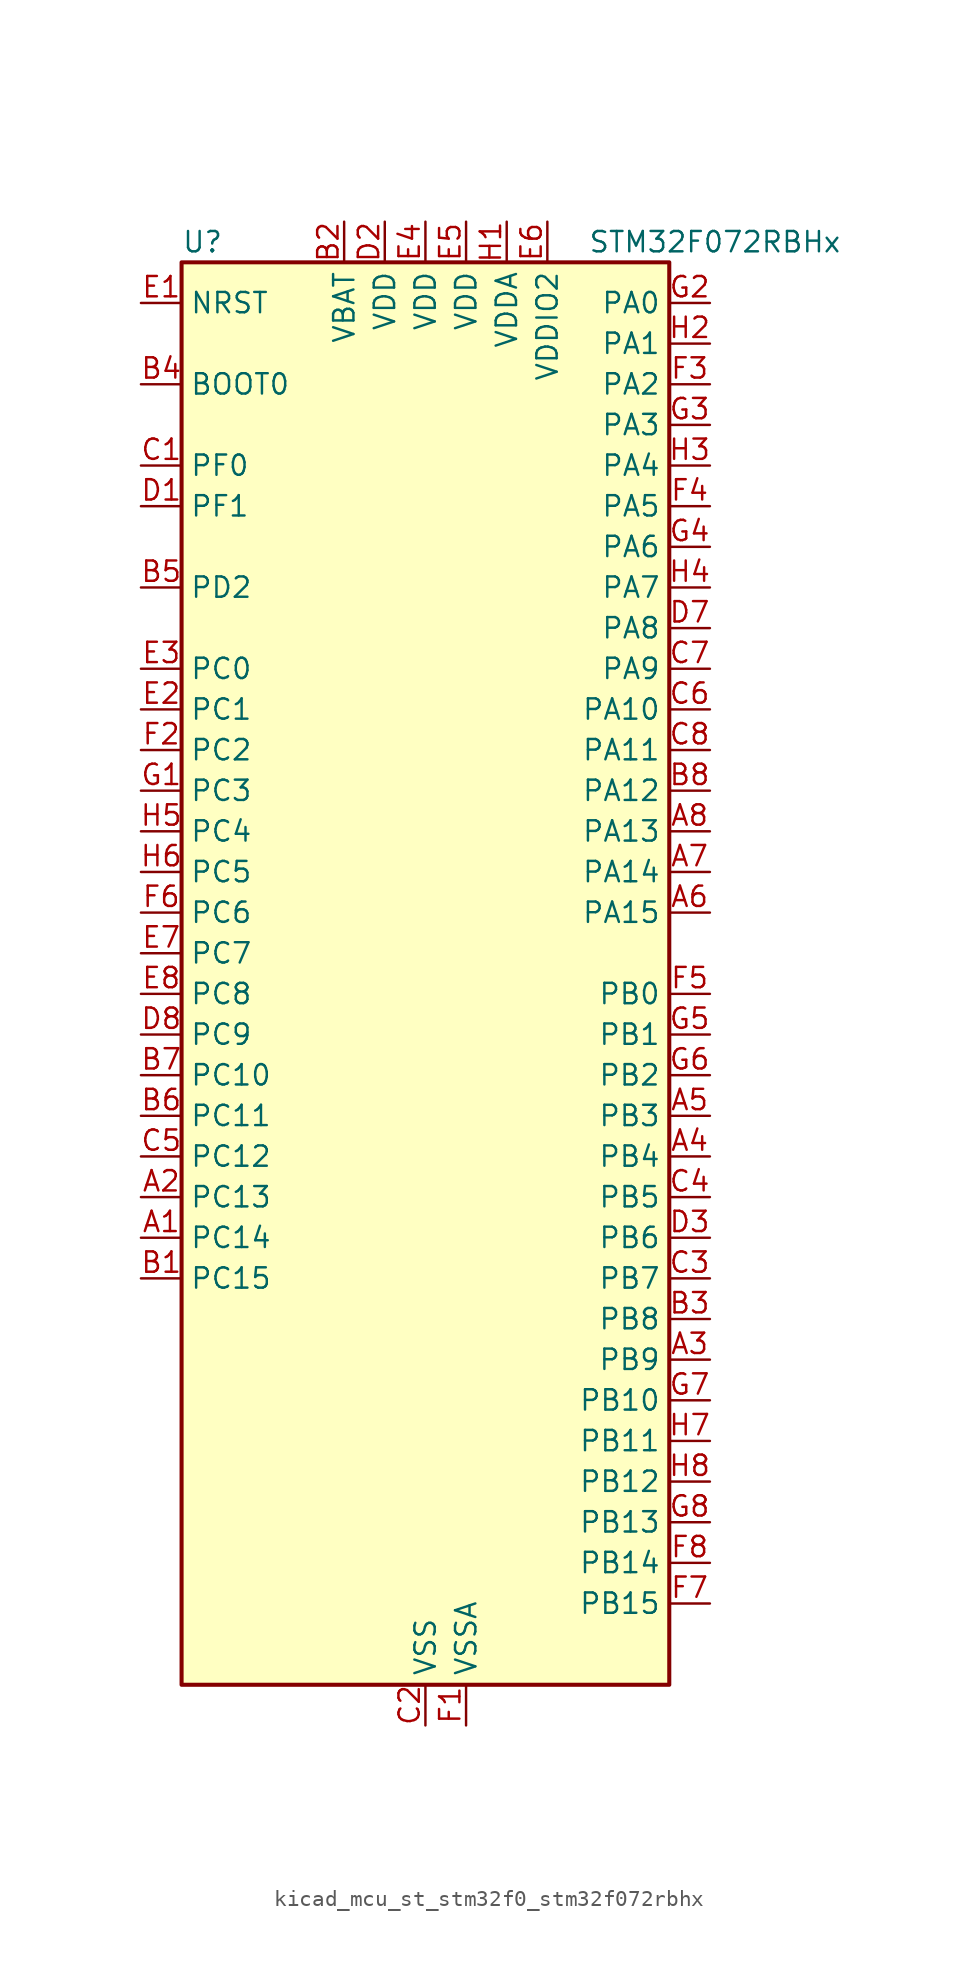
<source format=kicad_sym>
(kicad_symbol_lib
  (version 20220914)
  (generator kicad_symbol_editor)
  (symbol "kicad_mcu_st_stm32f0_stm32f072rbhx"
    (property "Reference" "U"
      (at -15.24 46.99 0)
      (effects (font (size 1.27 1.27)) (justify left)))
    (property "Value" "STM32F072RBHx"
      (at 10.16 46.99 0)
      (effects (font (size 1.27 1.27)) (justify left)))
    (property "ki_locked" ""
      (at 0 0 0)
      (effects (font (size 1.27 1.27))))
    (symbol "kicad_mcu_st_stm32f0_stm32f072rbhx_0_1"
      (rectangle (start -15.24 -43.18) (end 15.24 45.72) (stroke (width 0.254) (type default)) (fill (type background))))
    (symbol "kicad_mcu_st_stm32f0_stm32f072rbhx_1_1"
      (pin bidirectional line (at -17.78 -15.24 0) (length 2.54) (name "PC14" (effects (font (size 1.27 1.27)))) (number "A1" (effects (font (size 1.27 1.27)))) (alternate "RCC_OSC32_IN" bidirectional line))
      (pin bidirectional line (at -17.78 -12.7 0) (length 2.54) (name "PC13" (effects (font (size 1.27 1.27)))) (number "A2" (effects (font (size 1.27 1.27)))) (alternate "RTC_OUT_ALARM" bidirectional line) (alternate "RTC_OUT_CALIB" bidirectional line) (alternate "RTC_TAMP1" bidirectional line) (alternate "RTC_TS" bidirectional line) (alternate "SYS_WKUP2" bidirectional line))
      (pin bidirectional line (at 17.78 -22.86 180) (length 2.54) (name "PB9" (effects (font (size 1.27 1.27)))) (number "A3" (effects (font (size 1.27 1.27)))) (alternate "CAN_TX" bidirectional line) (alternate "DAC_EXTI9" bidirectional line) (alternate "I2C1_SDA" bidirectional line) (alternate "I2S2_WS" bidirectional line) (alternate "IR_OUT" bidirectional line) (alternate "SPI2_NSS" bidirectional line) (alternate "TIM17_CH1" bidirectional line))
      (pin bidirectional line (at 17.78 -10.16 180) (length 2.54) (name "PB4" (effects (font (size 1.27 1.27)))) (number "A4" (effects (font (size 1.27 1.27)))) (alternate "I2S1_MCK" bidirectional line) (alternate "SPI1_MISO" bidirectional line) (alternate "TIM17_BKIN" bidirectional line) (alternate "TIM3_CH1" bidirectional line) (alternate "TSC_G5_IO2" bidirectional line))
      (pin bidirectional line (at 17.78 -7.62 180) (length 2.54) (name "PB3" (effects (font (size 1.27 1.27)))) (number "A5" (effects (font (size 1.27 1.27)))) (alternate "I2S1_CK" bidirectional line) (alternate "SPI1_SCK" bidirectional line) (alternate "TIM2_CH2" bidirectional line) (alternate "TSC_G5_IO1" bidirectional line))
      (pin bidirectional line (at 17.78 5.08 180) (length 2.54) (name "PA15" (effects (font (size 1.27 1.27)))) (number "A6" (effects (font (size 1.27 1.27)))) (alternate "I2S1_WS" bidirectional line) (alternate "SPI1_NSS" bidirectional line) (alternate "TIM2_CH1" bidirectional line) (alternate "TIM2_ETR" bidirectional line) (alternate "USART2_RX" bidirectional line) (alternate "USART4_DE" bidirectional line) (alternate "USART4_RTS" bidirectional line))
      (pin bidirectional line (at 17.78 7.62 180) (length 2.54) (name "PA14" (effects (font (size 1.27 1.27)))) (number "A7" (effects (font (size 1.27 1.27)))) (alternate "SYS_SWCLK" bidirectional line) (alternate "USART2_TX" bidirectional line))
      (pin bidirectional line (at 17.78 10.16 180) (length 2.54) (name "PA13" (effects (font (size 1.27 1.27)))) (number "A8" (effects (font (size 1.27 1.27)))) (alternate "IR_OUT" bidirectional line) (alternate "SYS_SWDIO" bidirectional line) (alternate "USB_NOE" bidirectional line))
      (pin bidirectional line (at -17.78 -17.78 0) (length 2.54) (name "PC15" (effects (font (size 1.27 1.27)))) (number "B1" (effects (font (size 1.27 1.27)))) (alternate "RCC_OSC32_OUT" bidirectional line))
      (pin power_in line (at -5.08 48.26 270) (length 2.54) (name "VBAT" (effects (font (size 1.27 1.27)))) (number "B2" (effects (font (size 1.27 1.27)))))
      (pin bidirectional line (at 17.78 -20.32 180) (length 2.54) (name "PB8" (effects (font (size 1.27 1.27)))) (number "B3" (effects (font (size 1.27 1.27)))) (alternate "CAN_RX" bidirectional line) (alternate "CEC" bidirectional line) (alternate "I2C1_SCL" bidirectional line) (alternate "TIM16_CH1" bidirectional line) (alternate "TSC_SYNC" bidirectional line))
      (pin input line (at -17.78 38.1 0) (length 2.54) (name "BOOT0" (effects (font (size 1.27 1.27)))) (number "B4" (effects (font (size 1.27 1.27)))))
      (pin bidirectional line (at -17.78 25.4 0) (length 2.54) (name "PD2" (effects (font (size 1.27 1.27)))) (number "B5" (effects (font (size 1.27 1.27)))) (alternate "TIM3_ETR" bidirectional line) (alternate "USART3_DE" bidirectional line) (alternate "USART3_RTS" bidirectional line))
      (pin bidirectional line (at -17.78 -7.62 0) (length 2.54) (name "PC11" (effects (font (size 1.27 1.27)))) (number "B6" (effects (font (size 1.27 1.27)))) (alternate "USART3_RX" bidirectional line) (alternate "USART4_RX" bidirectional line))
      (pin bidirectional line (at -17.78 -5.08 0) (length 2.54) (name "PC10" (effects (font (size 1.27 1.27)))) (number "B7" (effects (font (size 1.27 1.27)))) (alternate "USART3_TX" bidirectional line) (alternate "USART4_TX" bidirectional line))
      (pin bidirectional line (at 17.78 12.7 180) (length 2.54) (name "PA12" (effects (font (size 1.27 1.27)))) (number "B8" (effects (font (size 1.27 1.27)))) (alternate "CAN_TX" bidirectional line) (alternate "COMP2_OUT" bidirectional line) (alternate "TIM1_ETR" bidirectional line) (alternate "TSC_G4_IO4" bidirectional line) (alternate "USART1_DE" bidirectional line) (alternate "USART1_RTS" bidirectional line) (alternate "USB_DP" bidirectional line))
      (pin bidirectional line (at -17.78 33.02 0) (length 2.54) (name "PF0" (effects (font (size 1.27 1.27)))) (number "C1" (effects (font (size 1.27 1.27)))) (alternate "CRS_SYNC" bidirectional line) (alternate "RCC_OSC_IN" bidirectional line))
      (pin power_in line (at 0 -45.72 90) (length 2.54) (name "VSS" (effects (font (size 1.27 1.27)))) (number "C2" (effects (font (size 1.27 1.27)))))
      (pin bidirectional line (at 17.78 -17.78 180) (length 2.54) (name "PB7" (effects (font (size 1.27 1.27)))) (number "C3" (effects (font (size 1.27 1.27)))) (alternate "I2C1_SDA" bidirectional line) (alternate "TIM17_CH1N" bidirectional line) (alternate "TSC_G5_IO4" bidirectional line) (alternate "USART1_RX" bidirectional line) (alternate "USART4_CTS" bidirectional line))
      (pin bidirectional line (at 17.78 -12.7 180) (length 2.54) (name "PB5" (effects (font (size 1.27 1.27)))) (number "C4" (effects (font (size 1.27 1.27)))) (alternate "I2C1_SMBA" bidirectional line) (alternate "I2S1_SD" bidirectional line) (alternate "SPI1_MOSI" bidirectional line) (alternate "SYS_WKUP6" bidirectional line) (alternate "TIM16_BKIN" bidirectional line) (alternate "TIM3_CH2" bidirectional line))
      (pin bidirectional line (at -17.78 -10.16 0) (length 2.54) (name "PC12" (effects (font (size 1.27 1.27)))) (number "C5" (effects (font (size 1.27 1.27)))) (alternate "USART3_CK" bidirectional line) (alternate "USART4_CK" bidirectional line))
      (pin bidirectional line (at 17.78 17.78 180) (length 2.54) (name "PA10" (effects (font (size 1.27 1.27)))) (number "C6" (effects (font (size 1.27 1.27)))) (alternate "TIM17_BKIN" bidirectional line) (alternate "TIM1_CH3" bidirectional line) (alternate "TSC_G4_IO2" bidirectional line) (alternate "USART1_RX" bidirectional line))
      (pin bidirectional line (at 17.78 20.32 180) (length 2.54) (name "PA9" (effects (font (size 1.27 1.27)))) (number "C7" (effects (font (size 1.27 1.27)))) (alternate "DAC_EXTI9" bidirectional line) (alternate "TIM15_BKIN" bidirectional line) (alternate "TIM1_CH2" bidirectional line) (alternate "TSC_G4_IO1" bidirectional line) (alternate "USART1_TX" bidirectional line))
      (pin bidirectional line (at 17.78 15.24 180) (length 2.54) (name "PA11" (effects (font (size 1.27 1.27)))) (number "C8" (effects (font (size 1.27 1.27)))) (alternate "CAN_RX" bidirectional line) (alternate "COMP1_OUT" bidirectional line) (alternate "TIM1_CH4" bidirectional line) (alternate "TSC_G4_IO3" bidirectional line) (alternate "USART1_CTS" bidirectional line) (alternate "USB_DM" bidirectional line))
      (pin bidirectional line (at -17.78 30.48 0) (length 2.54) (name "PF1" (effects (font (size 1.27 1.27)))) (number "D1" (effects (font (size 1.27 1.27)))) (alternate "RCC_OSC_OUT" bidirectional line))
      (pin power_in line (at -2.54 48.26 270) (length 2.54) (name "VDD" (effects (font (size 1.27 1.27)))) (number "D2" (effects (font (size 1.27 1.27)))))
      (pin bidirectional line (at 17.78 -15.24 180) (length 2.54) (name "PB6" (effects (font (size 1.27 1.27)))) (number "D3" (effects (font (size 1.27 1.27)))) (alternate "I2C1_SCL" bidirectional line) (alternate "TIM16_CH1N" bidirectional line) (alternate "TSC_G5_IO3" bidirectional line) (alternate "USART1_TX" bidirectional line))
      (pin passive line (at 0 -45.72 90) (length 2.54) hide (name "VSS" (effects (font (size 1.27 1.27)))) (number "D4" (effects (font (size 1.27 1.27)))))
      (pin passive line (at 0 -45.72 90) (length 2.54) hide (name "VSS" (effects (font (size 1.27 1.27)))) (number "D5" (effects (font (size 1.27 1.27)))))
      (pin passive line (at 0 -45.72 90) (length 2.54) hide (name "VSS" (effects (font (size 1.27 1.27)))) (number "D6" (effects (font (size 1.27 1.27)))))
      (pin bidirectional line (at 17.78 22.86 180) (length 2.54) (name "PA8" (effects (font (size 1.27 1.27)))) (number "D7" (effects (font (size 1.27 1.27)))) (alternate "CRS_SYNC" bidirectional line) (alternate "RCC_MCO" bidirectional line) (alternate "TIM1_CH1" bidirectional line) (alternate "USART1_CK" bidirectional line))
      (pin bidirectional line (at -17.78 -2.54 0) (length 2.54) (name "PC9" (effects (font (size 1.27 1.27)))) (number "D8" (effects (font (size 1.27 1.27)))) (alternate "DAC_EXTI9" bidirectional line) (alternate "TIM3_CH4" bidirectional line))
      (pin input line (at -17.78 43.18 0) (length 2.54) (name "NRST" (effects (font (size 1.27 1.27)))) (number "E1" (effects (font (size 1.27 1.27)))))
      (pin bidirectional line (at -17.78 17.78 0) (length 2.54) (name "PC1" (effects (font (size 1.27 1.27)))) (number "E2" (effects (font (size 1.27 1.27)))) (alternate "ADC_IN11" bidirectional line))
      (pin bidirectional line (at -17.78 20.32 0) (length 2.54) (name "PC0" (effects (font (size 1.27 1.27)))) (number "E3" (effects (font (size 1.27 1.27)))) (alternate "ADC_IN10" bidirectional line))
      (pin power_in line (at 0 48.26 270) (length 2.54) (name "VDD" (effects (font (size 1.27 1.27)))) (number "E4" (effects (font (size 1.27 1.27)))))
      (pin power_in line (at 2.54 48.26 270) (length 2.54) (name "VDD" (effects (font (size 1.27 1.27)))) (number "E5" (effects (font (size 1.27 1.27)))))
      (pin power_in line (at 7.62 48.26 270) (length 2.54) (name "VDDIO2" (effects (font (size 1.27 1.27)))) (number "E6" (effects (font (size 1.27 1.27)))))
      (pin bidirectional line (at -17.78 2.54 0) (length 2.54) (name "PC7" (effects (font (size 1.27 1.27)))) (number "E7" (effects (font (size 1.27 1.27)))) (alternate "TIM3_CH2" bidirectional line))
      (pin bidirectional line (at -17.78 0 0) (length 2.54) (name "PC8" (effects (font (size 1.27 1.27)))) (number "E8" (effects (font (size 1.27 1.27)))) (alternate "TIM3_CH3" bidirectional line))
      (pin power_in line (at 2.54 -45.72 90) (length 2.54) (name "VSSA" (effects (font (size 1.27 1.27)))) (number "F1" (effects (font (size 1.27 1.27)))))
      (pin bidirectional line (at -17.78 15.24 0) (length 2.54) (name "PC2" (effects (font (size 1.27 1.27)))) (number "F2" (effects (font (size 1.27 1.27)))) (alternate "ADC_IN12" bidirectional line) (alternate "I2S2_MCK" bidirectional line) (alternate "SPI2_MISO" bidirectional line))
      (pin bidirectional line (at 17.78 38.1 180) (length 2.54) (name "PA2" (effects (font (size 1.27 1.27)))) (number "F3" (effects (font (size 1.27 1.27)))) (alternate "ADC_IN2" bidirectional line) (alternate "COMP2_INM" bidirectional line) (alternate "COMP2_OUT" bidirectional line) (alternate "SYS_WKUP4" bidirectional line) (alternate "TIM15_CH1" bidirectional line) (alternate "TIM2_CH3" bidirectional line) (alternate "TSC_G1_IO3" bidirectional line) (alternate "USART2_TX" bidirectional line))
      (pin bidirectional line (at 17.78 30.48 180) (length 2.54) (name "PA5" (effects (font (size 1.27 1.27)))) (number "F4" (effects (font (size 1.27 1.27)))) (alternate "ADC_IN5" bidirectional line) (alternate "CEC" bidirectional line) (alternate "COMP1_INM" bidirectional line) (alternate "COMP2_INM" bidirectional line) (alternate "DAC_OUT2" bidirectional line) (alternate "I2S1_CK" bidirectional line) (alternate "SPI1_SCK" bidirectional line) (alternate "TIM2_CH1" bidirectional line) (alternate "TIM2_ETR" bidirectional line) (alternate "TSC_G2_IO2" bidirectional line))
      (pin bidirectional line (at 17.78 0 180) (length 2.54) (name "PB0" (effects (font (size 1.27 1.27)))) (number "F5" (effects (font (size 1.27 1.27)))) (alternate "ADC_IN8" bidirectional line) (alternate "TIM1_CH2N" bidirectional line) (alternate "TIM3_CH3" bidirectional line) (alternate "TSC_G3_IO2" bidirectional line) (alternate "USART3_CK" bidirectional line))
      (pin bidirectional line (at -17.78 5.08 0) (length 2.54) (name "PC6" (effects (font (size 1.27 1.27)))) (number "F6" (effects (font (size 1.27 1.27)))) (alternate "TIM3_CH1" bidirectional line))
      (pin bidirectional line (at 17.78 -38.1 180) (length 2.54) (name "PB15" (effects (font (size 1.27 1.27)))) (number "F7" (effects (font (size 1.27 1.27)))) (alternate "I2S2_SD" bidirectional line) (alternate "RTC_REFIN" bidirectional line) (alternate "SPI2_MOSI" bidirectional line) (alternate "SYS_WKUP7" bidirectional line) (alternate "TIM15_CH1N" bidirectional line) (alternate "TIM15_CH2" bidirectional line) (alternate "TIM1_CH3N" bidirectional line))
      (pin bidirectional line (at 17.78 -35.56 180) (length 2.54) (name "PB14" (effects (font (size 1.27 1.27)))) (number "F8" (effects (font (size 1.27 1.27)))) (alternate "I2C2_SDA" bidirectional line) (alternate "I2S2_MCK" bidirectional line) (alternate "SPI2_MISO" bidirectional line) (alternate "TIM15_CH1" bidirectional line) (alternate "TIM1_CH2N" bidirectional line) (alternate "TSC_G6_IO4" bidirectional line) (alternate "USART3_DE" bidirectional line) (alternate "USART3_RTS" bidirectional line))
      (pin bidirectional line (at -17.78 12.7 0) (length 2.54) (name "PC3" (effects (font (size 1.27 1.27)))) (number "G1" (effects (font (size 1.27 1.27)))) (alternate "ADC_IN13" bidirectional line) (alternate "I2S2_SD" bidirectional line) (alternate "SPI2_MOSI" bidirectional line))
      (pin bidirectional line (at 17.78 43.18 180) (length 2.54) (name "PA0" (effects (font (size 1.27 1.27)))) (number "G2" (effects (font (size 1.27 1.27)))) (alternate "ADC_IN0" bidirectional line) (alternate "COMP1_INM" bidirectional line) (alternate "COMP1_OUT" bidirectional line) (alternate "RTC_TAMP2" bidirectional line) (alternate "SYS_WKUP1" bidirectional line) (alternate "TIM2_CH1" bidirectional line) (alternate "TIM2_ETR" bidirectional line) (alternate "TSC_G1_IO1" bidirectional line) (alternate "USART2_CTS" bidirectional line) (alternate "USART4_TX" bidirectional line))
      (pin bidirectional line (at 17.78 35.56 180) (length 2.54) (name "PA3" (effects (font (size 1.27 1.27)))) (number "G3" (effects (font (size 1.27 1.27)))) (alternate "ADC_IN3" bidirectional line) (alternate "COMP2_INP" bidirectional line) (alternate "TIM15_CH2" bidirectional line) (alternate "TIM2_CH4" bidirectional line) (alternate "TSC_G1_IO4" bidirectional line) (alternate "USART2_RX" bidirectional line))
      (pin bidirectional line (at 17.78 27.94 180) (length 2.54) (name "PA6" (effects (font (size 1.27 1.27)))) (number "G4" (effects (font (size 1.27 1.27)))) (alternate "ADC_IN6" bidirectional line) (alternate "COMP1_OUT" bidirectional line) (alternate "I2S1_MCK" bidirectional line) (alternate "SPI1_MISO" bidirectional line) (alternate "TIM16_CH1" bidirectional line) (alternate "TIM1_BKIN" bidirectional line) (alternate "TIM3_CH1" bidirectional line) (alternate "TSC_G2_IO3" bidirectional line) (alternate "USART3_CTS" bidirectional line))
      (pin bidirectional line (at 17.78 -2.54 180) (length 2.54) (name "PB1" (effects (font (size 1.27 1.27)))) (number "G5" (effects (font (size 1.27 1.27)))) (alternate "ADC_IN9" bidirectional line) (alternate "TIM14_CH1" bidirectional line) (alternate "TIM1_CH3N" bidirectional line) (alternate "TIM3_CH4" bidirectional line) (alternate "TSC_G3_IO3" bidirectional line) (alternate "USART3_DE" bidirectional line) (alternate "USART3_RTS" bidirectional line))
      (pin bidirectional line (at 17.78 -5.08 180) (length 2.54) (name "PB2" (effects (font (size 1.27 1.27)))) (number "G6" (effects (font (size 1.27 1.27)))) (alternate "TSC_G3_IO4" bidirectional line))
      (pin bidirectional line (at 17.78 -25.4 180) (length 2.54) (name "PB10" (effects (font (size 1.27 1.27)))) (number "G7" (effects (font (size 1.27 1.27)))) (alternate "CEC" bidirectional line) (alternate "I2C2_SCL" bidirectional line) (alternate "I2S2_CK" bidirectional line) (alternate "SPI2_SCK" bidirectional line) (alternate "TIM2_CH3" bidirectional line) (alternate "TSC_SYNC" bidirectional line) (alternate "USART3_TX" bidirectional line))
      (pin bidirectional line (at 17.78 -33.02 180) (length 2.54) (name "PB13" (effects (font (size 1.27 1.27)))) (number "G8" (effects (font (size 1.27 1.27)))) (alternate "I2C2_SCL" bidirectional line) (alternate "I2S2_CK" bidirectional line) (alternate "SPI2_SCK" bidirectional line) (alternate "TIM1_CH1N" bidirectional line) (alternate "TSC_G6_IO3" bidirectional line) (alternate "USART3_CTS" bidirectional line))
      (pin power_in line (at 5.08 48.26 270) (length 2.54) (name "VDDA" (effects (font (size 1.27 1.27)))) (number "H1" (effects (font (size 1.27 1.27)))))
      (pin bidirectional line (at 17.78 40.64 180) (length 2.54) (name "PA1" (effects (font (size 1.27 1.27)))) (number "H2" (effects (font (size 1.27 1.27)))) (alternate "ADC_IN1" bidirectional line) (alternate "COMP1_INP" bidirectional line) (alternate "TIM15_CH1N" bidirectional line) (alternate "TIM2_CH2" bidirectional line) (alternate "TSC_G1_IO2" bidirectional line) (alternate "USART2_DE" bidirectional line) (alternate "USART2_RTS" bidirectional line) (alternate "USART4_RX" bidirectional line))
      (pin bidirectional line (at 17.78 33.02 180) (length 2.54) (name "PA4" (effects (font (size 1.27 1.27)))) (number "H3" (effects (font (size 1.27 1.27)))) (alternate "ADC_IN4" bidirectional line) (alternate "COMP1_INM" bidirectional line) (alternate "COMP2_INM" bidirectional line) (alternate "DAC_OUT1" bidirectional line) (alternate "I2S1_WS" bidirectional line) (alternate "SPI1_NSS" bidirectional line) (alternate "TIM14_CH1" bidirectional line) (alternate "TSC_G2_IO1" bidirectional line) (alternate "USART2_CK" bidirectional line))
      (pin bidirectional line (at 17.78 25.4 180) (length 2.54) (name "PA7" (effects (font (size 1.27 1.27)))) (number "H4" (effects (font (size 1.27 1.27)))) (alternate "ADC_IN7" bidirectional line) (alternate "COMP2_OUT" bidirectional line) (alternate "I2S1_SD" bidirectional line) (alternate "SPI1_MOSI" bidirectional line) (alternate "TIM14_CH1" bidirectional line) (alternate "TIM17_CH1" bidirectional line) (alternate "TIM1_CH1N" bidirectional line) (alternate "TIM3_CH2" bidirectional line) (alternate "TSC_G2_IO4" bidirectional line))
      (pin bidirectional line (at -17.78 10.16 0) (length 2.54) (name "PC4" (effects (font (size 1.27 1.27)))) (number "H5" (effects (font (size 1.27 1.27)))) (alternate "ADC_IN14" bidirectional line) (alternate "USART3_TX" bidirectional line))
      (pin bidirectional line (at -17.78 7.62 0) (length 2.54) (name "PC5" (effects (font (size 1.27 1.27)))) (number "H6" (effects (font (size 1.27 1.27)))) (alternate "ADC_IN15" bidirectional line) (alternate "SYS_WKUP5" bidirectional line) (alternate "TSC_G3_IO1" bidirectional line) (alternate "USART3_RX" bidirectional line))
      (pin bidirectional line (at 17.78 -27.94 180) (length 2.54) (name "PB11" (effects (font (size 1.27 1.27)))) (number "H7" (effects (font (size 1.27 1.27)))) (alternate "I2C2_SDA" bidirectional line) (alternate "TIM2_CH4" bidirectional line) (alternate "TSC_G6_IO1" bidirectional line) (alternate "USART3_RX" bidirectional line))
      (pin bidirectional line (at 17.78 -30.48 180) (length 2.54) (name "PB12" (effects (font (size 1.27 1.27)))) (number "H8" (effects (font (size 1.27 1.27)))) (alternate "I2S2_WS" bidirectional line) (alternate "SPI2_NSS" bidirectional line) (alternate "TIM15_BKIN" bidirectional line) (alternate "TIM1_BKIN" bidirectional line) (alternate "TSC_G6_IO2" bidirectional line) (alternate "USART3_CK" bidirectional line)))))
</source>
